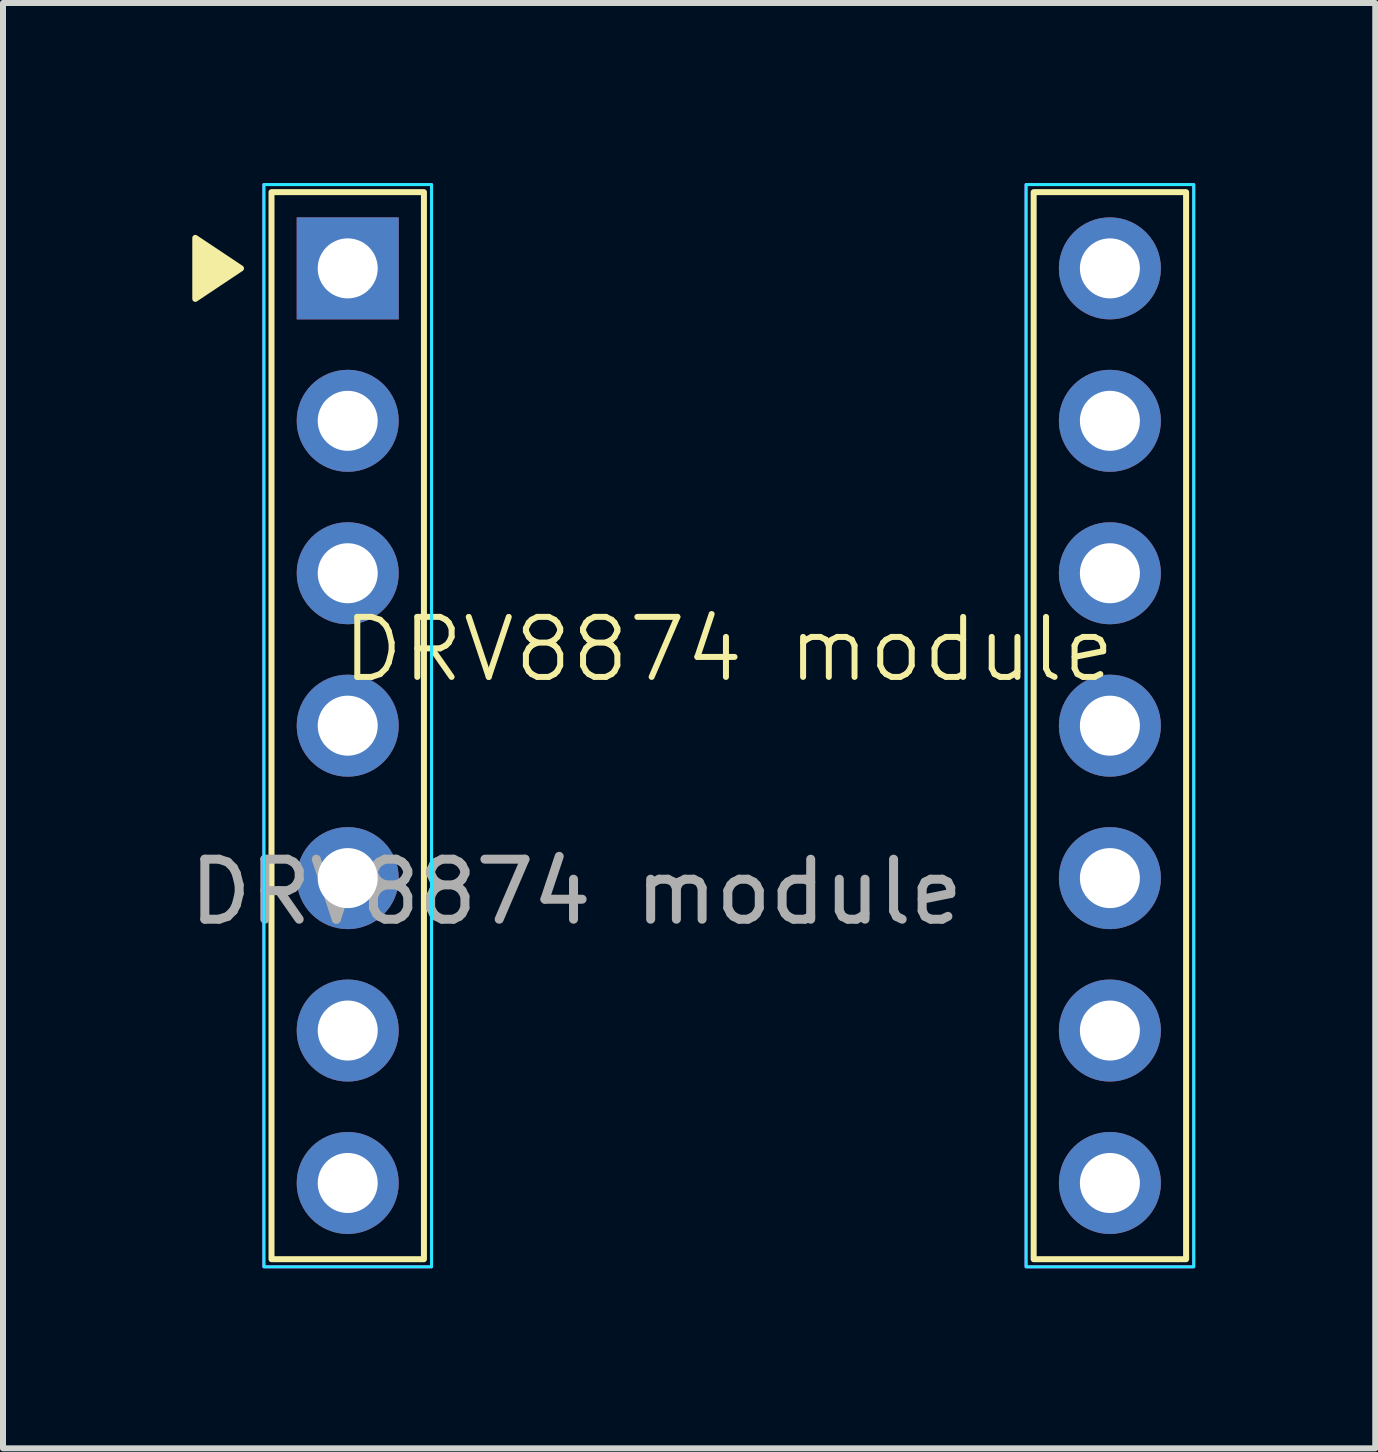
<source format=kicad_pcb>
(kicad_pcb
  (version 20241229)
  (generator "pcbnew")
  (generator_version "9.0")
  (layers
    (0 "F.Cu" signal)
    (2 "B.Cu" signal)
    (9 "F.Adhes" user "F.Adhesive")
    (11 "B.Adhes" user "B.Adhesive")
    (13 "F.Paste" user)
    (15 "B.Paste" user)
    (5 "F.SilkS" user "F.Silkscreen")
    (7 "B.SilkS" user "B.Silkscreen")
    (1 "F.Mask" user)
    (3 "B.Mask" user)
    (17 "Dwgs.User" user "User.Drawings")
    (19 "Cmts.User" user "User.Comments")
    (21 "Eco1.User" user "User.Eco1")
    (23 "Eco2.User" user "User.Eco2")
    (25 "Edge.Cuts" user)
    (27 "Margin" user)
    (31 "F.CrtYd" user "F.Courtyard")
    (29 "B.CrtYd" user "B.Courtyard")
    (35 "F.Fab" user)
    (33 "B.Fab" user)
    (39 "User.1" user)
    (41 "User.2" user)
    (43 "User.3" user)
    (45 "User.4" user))
  (footprint "DRV8874 module"
    (layer "F.Cu")
    (at 9.094 9.042)
    (property "Reference" "DRV8874 module" (at 0 -1.27 0) (unlocked yes) (layer "F.SilkS") (effects (font (size 1 1) (thickness 0.1))))
    (attr through_hole)
    (fp_rect (start -7.62 -8.89) (end -5.08 8.89) (stroke (width 0.1) (type default)) (fill no) (layer "F.SilkS"))
    (fp_rect (start 5.08 -8.89) (end 7.62 8.89) (stroke (width 0.1) (type default)) (fill no) (layer "F.SilkS"))
    (fp_poly (pts (xy -8.128 -7.62) (xy -8.89 -8.128) (xy -8.89 -7.112)) (stroke (width 0.1) (type solid)) (fill yes) (layer "F.SilkS"))
    (fp_rect (start -7.747 -9.017) (end -4.953 9.017) (stroke (width 0.05) (type default)) (fill no) (layer "B.CrtYd"))
    (fp_rect (start 4.953 -9.017) (end 7.747 9.017) (stroke (width 0.05) (type default)) (fill no) (layer "B.CrtYd"))
    (fp_rect (start -7.747 -9.017) (end -4.953 9.017) (stroke (width 0.05) (type default)) (fill no) (layer "F.CrtYd"))
    (fp_rect (start 4.953 -9.017) (end 7.747 9.017) (stroke (width 0.05) (type default)) (fill no) (layer "F.CrtYd"))
    (fp_poly (pts (xy -2.032 5.969) (xy -1.524 5.969) (xy -1.524 6.477) (xy -1.397 6.477) (xy -1.397 5.969) (xy -1.016 5.969) (xy -1.016 6.477) (xy -0.889 6.477) (xy -0.889 5.969) (xy -0.381 5.969) (xy -0.381 6.477) (xy -0.508 6.477) (xy -0.508 5.969) (xy -0.381 5.969) (xy 0 5.969) (xy 0 6.477) (xy 0.127 6.477) (xy 0.127 5.969) (xy 0.508 5.969) (xy 0.508 6.477) (xy 0.635 6.477) (xy 0.635 5.969) (xy 1.016 5.969) (xy 1.016 6.477) (xy 1.143 6.477) (xy 1.143 5.969) (xy 1.524 5.969) (xy 1.524 6.477) (xy 1.651 6.477) (xy 1.651 5.969) (xy 2.032 5.969) (xy 2.032 4.064) (xy -2.032 4.064)) (stroke (width 0.1) (type solid)) (fill no) (layer "User.3"))
    (fp_poly (pts (xy 2.032 2.159) (xy 1.524 2.159) (xy 1.524 1.651) (xy 1.397 1.651) (xy 1.397 2.159) (xy 1.016 2.159) (xy 1.016 1.651) (xy 0.889 1.651) (xy 0.889 2.159) (xy 0.381 2.159) (xy 0.381 1.651) (xy 0.508 1.651) (xy 0.508 2.159) (xy 0.381 2.159) (xy 0 2.159) (xy 0 1.651) (xy -0.127 1.651) (xy -0.127 2.159) (xy -0.508 2.159) (xy -0.508 1.651) (xy -0.635 1.651) (xy -0.635 2.159) (xy -1.016 2.159) (xy -1.016 1.651) (xy -1.143 1.651) (xy -1.143 2.159) (xy -1.524 2.159) (xy -1.524 1.651) (xy -1.651 1.651) (xy -1.651 2.159) (xy -2.032 2.159) (xy -2.032 4.064) (xy 2.032 4.064)) (stroke (width 0.1) (type solid)) (fill no) (layer "User.3"))
    (fp_text user "${REFERENCE}" (at -2.54 2.77 0) (unlocked yes) (layer "F.Fab") (effects (font (size 1 1) (thickness 0.15))))
    (pad "1" thru_hole rect (at -6.35 -7.62) (size 1.7 1.7) (drill 1) (layers "*.Cu" "*.Mask"))
    (pad "2" thru_hole circle (at -6.35 -5.08) (size 1.7 1.7) (drill 1) (layers "*.Cu" "*.Mask"))
    (pad "3" thru_hole circle (at -6.35 -2.54) (size 1.7 1.7) (drill 1) (layers "*.Cu" "*.Mask"))
    (pad "4" thru_hole circle (at -6.35 0) (size 1.7 1.7) (drill 1) (layers "*.Cu" "*.Mask"))
    (pad "5" thru_hole circle (at -6.35 2.54) (size 1.7 1.7) (drill 1) (layers "*.Cu" "*.Mask"))
    (pad "6" thru_hole circle (at -6.35 5.08) (size 1.7 1.7) (drill 1) (layers "*.Cu" "*.Mask"))
    (pad "7" thru_hole circle (at -6.35 7.62) (size 1.7 1.7) (drill 1) (layers "*.Cu" "*.Mask"))
    (pad "8" thru_hole circle (at 6.35 7.62) (size 1.7 1.7) (drill 1) (layers "*.Cu" "*.Mask"))
    (pad "9" thru_hole circle (at 6.35 5.08) (size 1.7 1.7) (drill 1) (layers "*.Cu" "*.Mask"))
    (pad "10" thru_hole circle (at 6.35 2.54) (size 1.7 1.7) (drill 1) (layers "*.Cu" "*.Mask"))
    (pad "11" thru_hole circle (at 6.35 0) (size 1.7 1.7) (drill 1) (layers "*.Cu" "*.Mask"))
    (pad "12" thru_hole circle (at 6.35 -2.54) (size 1.7 1.7) (drill 1) (layers "*.Cu" "*.Mask"))
    (pad "13" thru_hole circle (at 6.35 -5.08) (size 1.7 1.7) (drill 1) (layers "*.Cu" "*.Mask"))
    (pad "14" thru_hole circle (at 6.35 -7.62) (size 1.7 1.7) (drill 1) (layers "*.Cu" "*.Mask")))
  (gr_rect
    (start -3 -3)
    (end 19.866 21.084)
    (stroke (width 0.1) (type default))
    (fill no)
    (layer "Edge.Cuts")))
</source>
